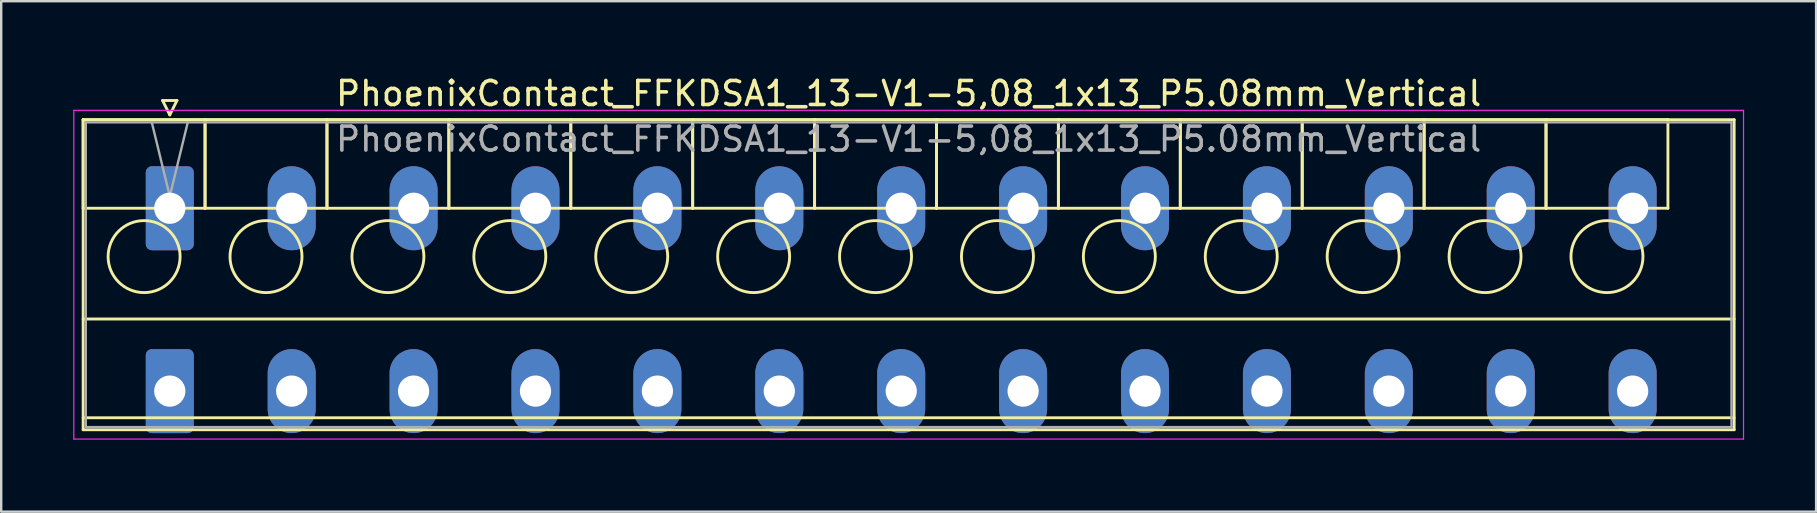
<source format=kicad_pcb>
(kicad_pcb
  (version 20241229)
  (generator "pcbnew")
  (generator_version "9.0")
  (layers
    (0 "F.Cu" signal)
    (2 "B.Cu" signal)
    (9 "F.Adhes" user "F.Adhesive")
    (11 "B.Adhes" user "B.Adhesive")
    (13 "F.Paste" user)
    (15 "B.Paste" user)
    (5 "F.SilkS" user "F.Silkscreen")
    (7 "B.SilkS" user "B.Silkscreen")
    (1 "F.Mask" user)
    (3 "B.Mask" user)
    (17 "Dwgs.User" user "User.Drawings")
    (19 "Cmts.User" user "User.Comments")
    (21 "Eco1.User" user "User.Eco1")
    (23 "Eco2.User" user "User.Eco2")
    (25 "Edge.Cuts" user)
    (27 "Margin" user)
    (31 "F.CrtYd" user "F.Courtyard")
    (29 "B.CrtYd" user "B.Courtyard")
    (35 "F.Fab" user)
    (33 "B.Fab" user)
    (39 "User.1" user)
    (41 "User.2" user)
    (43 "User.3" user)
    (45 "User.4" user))
  (footprint "PhoenixContact_FFKDSA1_13-V1-5,08_1x13_P5.08mm_Vertical"
    (layer "F.Cu")
    (at 4.025 5.628)
    (property "Reference" "PhoenixContact_FFKDSA1_13-V1-5,08_1x13_P5.08mm_Vertical" (at 30.79 -4.78 0) (layer "F.SilkS") (effects (font (size 1 1) (thickness 0.15))))
    (attr through_hole)
    (fp_line (start -3.61 -3.69) (end -3.61 0) (stroke (width 0.12) (type solid)) (layer "F.SilkS"))
    (fp_line (start -3.61 -3.69) (end -3.61 9.23) (stroke (width 0.12) (type solid)) (layer "F.SilkS"))
    (fp_line (start -3.61 0) (end 1.47 0) (stroke (width 0.12) (type solid)) (layer "F.SilkS"))
    (fp_line (start -3.61 4.615) (end 65.19 4.615) (stroke (width 0.12) (type solid)) (layer "F.SilkS"))
    (fp_line (start -3.61 8.73) (end 65.19 8.73) (stroke (width 0.12) (type solid)) (layer "F.SilkS"))
    (fp_line (start -3.61 9.23) (end 65.19 9.23) (stroke (width 0.12) (type solid)) (layer "F.SilkS"))
    (fp_line (start -0.3 -4.49) (end 0.3 -4.49) (stroke (width 0.12) (type solid)) (layer "F.SilkS"))
    (fp_line (start 0 -3.89) (end -0.3 -4.49) (stroke (width 0.12) (type solid)) (layer "F.SilkS"))
    (fp_line (start 0.3 -4.49) (end 0 -3.89) (stroke (width 0.12) (type solid)) (layer "F.SilkS"))
    (fp_line (start 1.47 -3.69) (end -3.61 -3.69) (stroke (width 0.12) (type solid)) (layer "F.SilkS"))
    (fp_line (start 1.47 -3.69) (end 1.47 0) (stroke (width 0.12) (type solid)) (layer "F.SilkS"))
    (fp_line (start 1.47 0) (end 1.47 -3.69) (stroke (width 0.12) (type solid)) (layer "F.SilkS"))
    (fp_line (start 1.47 0) (end 6.55 0) (stroke (width 0.12) (type solid)) (layer "F.SilkS"))
    (fp_line (start 6.55 -3.69) (end 1.47 -3.69) (stroke (width 0.12) (type solid)) (layer "F.SilkS"))
    (fp_line (start 6.55 -3.69) (end 6.55 0) (stroke (width 0.12) (type solid)) (layer "F.SilkS"))
    (fp_line (start 6.55 0) (end 6.55 -3.69) (stroke (width 0.12) (type solid)) (layer "F.SilkS"))
    (fp_line (start 6.55 0) (end 11.63 0) (stroke (width 0.12) (type solid)) (layer "F.SilkS"))
    (fp_line (start 11.63 -3.69) (end 6.55 -3.69) (stroke (width 0.12) (type solid)) (layer "F.SilkS"))
    (fp_line (start 11.63 -3.69) (end 11.63 0) (stroke (width 0.12) (type solid)) (layer "F.SilkS"))
    (fp_line (start 11.63 0) (end 11.63 -3.69) (stroke (width 0.12) (type solid)) (layer "F.SilkS"))
    (fp_line (start 11.63 0) (end 16.71 0) (stroke (width 0.12) (type solid)) (layer "F.SilkS"))
    (fp_line (start 16.71 -3.69) (end 11.63 -3.69) (stroke (width 0.12) (type solid)) (layer "F.SilkS"))
    (fp_line (start 16.71 -3.69) (end 16.71 0) (stroke (width 0.12) (type solid)) (layer "F.SilkS"))
    (fp_line (start 16.71 0) (end 16.71 -3.69) (stroke (width 0.12) (type solid)) (layer "F.SilkS"))
    (fp_line (start 16.71 0) (end 21.79 0) (stroke (width 0.12) (type solid)) (layer "F.SilkS"))
    (fp_line (start 21.79 -3.69) (end 16.71 -3.69) (stroke (width 0.12) (type solid)) (layer "F.SilkS"))
    (fp_line (start 21.79 -3.69) (end 21.79 0) (stroke (width 0.12) (type solid)) (layer "F.SilkS"))
    (fp_line (start 21.79 0) (end 21.79 -3.69) (stroke (width 0.12) (type solid)) (layer "F.SilkS"))
    (fp_line (start 21.79 0) (end 26.87 0) (stroke (width 0.12) (type solid)) (layer "F.SilkS"))
    (fp_line (start 26.87 -3.69) (end 21.79 -3.69) (stroke (width 0.12) (type solid)) (layer "F.SilkS"))
    (fp_line (start 26.87 -3.69) (end 26.87 0) (stroke (width 0.12) (type solid)) (layer "F.SilkS"))
    (fp_line (start 26.87 0) (end 26.87 -3.69) (stroke (width 0.12) (type solid)) (layer "F.SilkS"))
    (fp_line (start 26.87 0) (end 31.95 0) (stroke (width 0.12) (type solid)) (layer "F.SilkS"))
    (fp_line (start 31.95 -3.69) (end 26.87 -3.69) (stroke (width 0.12) (type solid)) (layer "F.SilkS"))
    (fp_line (start 31.95 -3.69) (end 31.95 0) (stroke (width 0.12) (type solid)) (layer "F.SilkS"))
    (fp_line (start 31.95 0) (end 31.95 -3.69) (stroke (width 0.12) (type solid)) (layer "F.SilkS"))
    (fp_line (start 31.95 0) (end 37.03 0) (stroke (width 0.12) (type solid)) (layer "F.SilkS"))
    (fp_line (start 37.03 -3.69) (end 31.95 -3.69) (stroke (width 0.12) (type solid)) (layer "F.SilkS"))
    (fp_line (start 37.03 -3.69) (end 37.03 0) (stroke (width 0.12) (type solid)) (layer "F.SilkS"))
    (fp_line (start 37.03 0) (end 37.03 -3.69) (stroke (width 0.12) (type solid)) (layer "F.SilkS"))
    (fp_line (start 37.03 0) (end 42.11 0) (stroke (width 0.12) (type solid)) (layer "F.SilkS"))
    (fp_line (start 42.11 -3.69) (end 37.03 -3.69) (stroke (width 0.12) (type solid)) (layer "F.SilkS"))
    (fp_line (start 42.11 -3.69) (end 42.11 0) (stroke (width 0.12) (type solid)) (layer "F.SilkS"))
    (fp_line (start 42.11 0) (end 42.11 -3.69) (stroke (width 0.12) (type solid)) (layer "F.SilkS"))
    (fp_line (start 42.11 0) (end 47.19 0) (stroke (width 0.12) (type solid)) (layer "F.SilkS"))
    (fp_line (start 47.19 -3.69) (end 42.11 -3.69) (stroke (width 0.12) (type solid)) (layer "F.SilkS"))
    (fp_line (start 47.19 -3.69) (end 47.19 0) (stroke (width 0.12) (type solid)) (layer "F.SilkS"))
    (fp_line (start 47.19 0) (end 47.19 -3.69) (stroke (width 0.12) (type solid)) (layer "F.SilkS"))
    (fp_line (start 47.19 0) (end 52.27 0) (stroke (width 0.12) (type solid)) (layer "F.SilkS"))
    (fp_line (start 52.27 -3.69) (end 47.19 -3.69) (stroke (width 0.12) (type solid)) (layer "F.SilkS"))
    (fp_line (start 52.27 -3.69) (end 52.27 0) (stroke (width 0.12) (type solid)) (layer "F.SilkS"))
    (fp_line (start 52.27 0) (end 52.27 -3.69) (stroke (width 0.12) (type solid)) (layer "F.SilkS"))
    (fp_line (start 52.27 0) (end 57.35 0) (stroke (width 0.12) (type solid)) (layer "F.SilkS"))
    (fp_line (start 57.35 -3.69) (end 52.27 -3.69) (stroke (width 0.12) (type solid)) (layer "F.SilkS"))
    (fp_line (start 57.35 -3.69) (end 57.35 0) (stroke (width 0.12) (type solid)) (layer "F.SilkS"))
    (fp_line (start 57.35 0) (end 57.35 -3.69) (stroke (width 0.12) (type solid)) (layer "F.SilkS"))
    (fp_line (start 57.35 0) (end 62.43 0) (stroke (width 0.12) (type solid)) (layer "F.SilkS"))
    (fp_line (start 62.43 -3.69) (end 57.35 -3.69) (stroke (width 0.12) (type solid)) (layer "F.SilkS"))
    (fp_line (start 62.43 0) (end 62.43 -3.69) (stroke (width 0.12) (type solid)) (layer "F.SilkS"))
    (fp_line (start 65.19 -3.69) (end -3.61 -3.69) (stroke (width 0.12) (type solid)) (layer "F.SilkS"))
    (fp_line (start 65.19 9.23) (end 65.19 -3.69) (stroke (width 0.12) (type solid)) (layer "F.SilkS"))
    (fp_circle (center -1.07 2.015) (end 0.43 2.015) (stroke (width 0.12) (type solid)) (fill no) (layer "F.SilkS"))
    (fp_circle (center 4.01 2.015) (end 5.51 2.015) (stroke (width 0.12) (type solid)) (fill no) (layer "F.SilkS"))
    (fp_circle (center 9.09 2.015) (end 10.59 2.015) (stroke (width 0.12) (type solid)) (fill no) (layer "F.SilkS"))
    (fp_circle (center 14.17 2.015) (end 15.67 2.015) (stroke (width 0.12) (type solid)) (fill no) (layer "F.SilkS"))
    (fp_circle (center 19.25 2.015) (end 20.75 2.015) (stroke (width 0.12) (type solid)) (fill no) (layer "F.SilkS"))
    (fp_circle (center 24.33 2.015) (end 25.83 2.015) (stroke (width 0.12) (type solid)) (fill no) (layer "F.SilkS"))
    (fp_circle (center 29.41 2.015) (end 30.91 2.015) (stroke (width 0.12) (type solid)) (fill no) (layer "F.SilkS"))
    (fp_circle (center 34.49 2.015) (end 35.99 2.015) (stroke (width 0.12) (type solid)) (fill no) (layer "F.SilkS"))
    (fp_circle (center 39.57 2.015) (end 41.07 2.015) (stroke (width 0.12) (type solid)) (fill no) (layer "F.SilkS"))
    (fp_circle (center 44.65 2.015) (end 46.15 2.015) (stroke (width 0.12) (type solid)) (fill no) (layer "F.SilkS"))
    (fp_circle (center 49.73 2.015) (end 51.23 2.015) (stroke (width 0.12) (type solid)) (fill no) (layer "F.SilkS"))
    (fp_circle (center 54.81 2.015) (end 56.31 2.015) (stroke (width 0.12) (type solid)) (fill no) (layer "F.SilkS"))
    (fp_circle (center 59.89 2.015) (end 61.39 2.015) (stroke (width 0.12) (type solid)) (fill no) (layer "F.SilkS"))
    (fp_line (start -4 -4.08) (end -4 9.62) (stroke (width 0.05) (type solid)) (layer "F.CrtYd"))
    (fp_line (start -4 9.62) (end 65.58 9.62) (stroke (width 0.05) (type solid)) (layer "F.CrtYd"))
    (fp_line (start 65.58 -4.08) (end -4 -4.08) (stroke (width 0.05) (type solid)) (layer "F.CrtYd"))
    (fp_line (start 65.58 9.62) (end 65.58 -4.08) (stroke (width 0.05) (type solid)) (layer "F.CrtYd"))
    (fp_line (start -3.5 -3.58) (end -3.5 9.12) (stroke (width 0.1) (type solid)) (layer "F.Fab"))
    (fp_line (start -3.5 9.12) (end 65.08 9.12) (stroke (width 0.1) (type solid)) (layer "F.Fab"))
    (fp_line (start 0 -0.5) (end -0.75 -3.58) (stroke (width 0.1) (type solid)) (layer "F.Fab"))
    (fp_line (start 0.75 -3.58) (end 0 -0.5) (stroke (width 0.1) (type solid)) (layer "F.Fab"))
    (fp_line (start 65.08 -3.58) (end -3.5 -3.58) (stroke (width 0.1) (type solid)) (layer "F.Fab"))
    (fp_line (start 65.08 9.12) (end 65.08 -3.58) (stroke (width 0.1) (type solid)) (layer "F.Fab"))
    (fp_text user "${REFERENCE}" (at 30.79 -2.88 0) (layer "F.Fab") (effects (font (size 1 1) (thickness 0.15))))
    (pad "1" thru_hole roundrect (at 0 0) (size 2 3.5) (drill 1.3) (layers "*.Cu" "*.Mask") (roundrect_rratio 0.125))
    (pad "1" thru_hole roundrect (at 0 7.62) (size 2 3.5) (drill 1.3) (layers "*.Cu" "*.Mask") (roundrect_rratio 0.125))
    (pad "2" thru_hole oval (at 5.08 0) (size 2 3.5) (drill 1.3) (layers "*.Cu" "*.Mask"))
    (pad "2" thru_hole oval (at 5.08 7.62) (size 2 3.5) (drill 1.3) (layers "*.Cu" "*.Mask"))
    (pad "3" thru_hole oval (at 10.16 0) (size 2 3.5) (drill 1.3) (layers "*.Cu" "*.Mask"))
    (pad "3" thru_hole oval (at 10.16 7.62) (size 2 3.5) (drill 1.3) (layers "*.Cu" "*.Mask"))
    (pad "4" thru_hole oval (at 15.24 0) (size 2 3.5) (drill 1.3) (layers "*.Cu" "*.Mask"))
    (pad "4" thru_hole oval (at 15.24 7.62) (size 2 3.5) (drill 1.3) (layers "*.Cu" "*.Mask"))
    (pad "5" thru_hole oval (at 20.32 0) (size 2 3.5) (drill 1.3) (layers "*.Cu" "*.Mask"))
    (pad "5" thru_hole oval (at 20.32 7.62) (size 2 3.5) (drill 1.3) (layers "*.Cu" "*.Mask"))
    (pad "6" thru_hole oval (at 25.4 0) (size 2 3.5) (drill 1.3) (layers "*.Cu" "*.Mask"))
    (pad "6" thru_hole oval (at 25.4 7.62) (size 2 3.5) (drill 1.3) (layers "*.Cu" "*.Mask"))
    (pad "7" thru_hole oval (at 30.48 0) (size 2 3.5) (drill 1.3) (layers "*.Cu" "*.Mask"))
    (pad "7" thru_hole oval (at 30.48 7.62) (size 2 3.5) (drill 1.3) (layers "*.Cu" "*.Mask"))
    (pad "8" thru_hole oval (at 35.56 0) (size 2 3.5) (drill 1.3) (layers "*.Cu" "*.Mask"))
    (pad "8" thru_hole oval (at 35.56 7.62) (size 2 3.5) (drill 1.3) (layers "*.Cu" "*.Mask"))
    (pad "9" thru_hole oval (at 40.64 0) (size 2 3.5) (drill 1.3) (layers "*.Cu" "*.Mask"))
    (pad "9" thru_hole oval (at 40.64 7.62) (size 2 3.5) (drill 1.3) (layers "*.Cu" "*.Mask"))
    (pad "10" thru_hole oval (at 45.72 0) (size 2 3.5) (drill 1.3) (layers "*.Cu" "*.Mask"))
    (pad "10" thru_hole oval (at 45.72 7.62) (size 2 3.5) (drill 1.3) (layers "*.Cu" "*.Mask"))
    (pad "11" thru_hole oval (at 50.8 0) (size 2 3.5) (drill 1.3) (layers "*.Cu" "*.Mask"))
    (pad "11" thru_hole oval (at 50.8 7.62) (size 2 3.5) (drill 1.3) (layers "*.Cu" "*.Mask"))
    (pad "12" thru_hole oval (at 55.88 0) (size 2 3.5) (drill 1.3) (layers "*.Cu" "*.Mask"))
    (pad "12" thru_hole oval (at 55.88 7.62) (size 2 3.5) (drill 1.3) (layers "*.Cu" "*.Mask"))
    (pad "13" thru_hole oval (at 60.96 0) (size 2 3.5) (drill 1.3) (layers "*.Cu" "*.Mask"))
    (pad "13" thru_hole oval (at 60.96 7.62) (size 2 3.5) (drill 1.3) (layers "*.Cu" "*.Mask")))
  (gr_rect
    (start -3 -3)
    (end 72.63 18.273)
    (stroke (width 0.1) (type default))
    (fill no)
    (layer "Edge.Cuts")))
</source>
